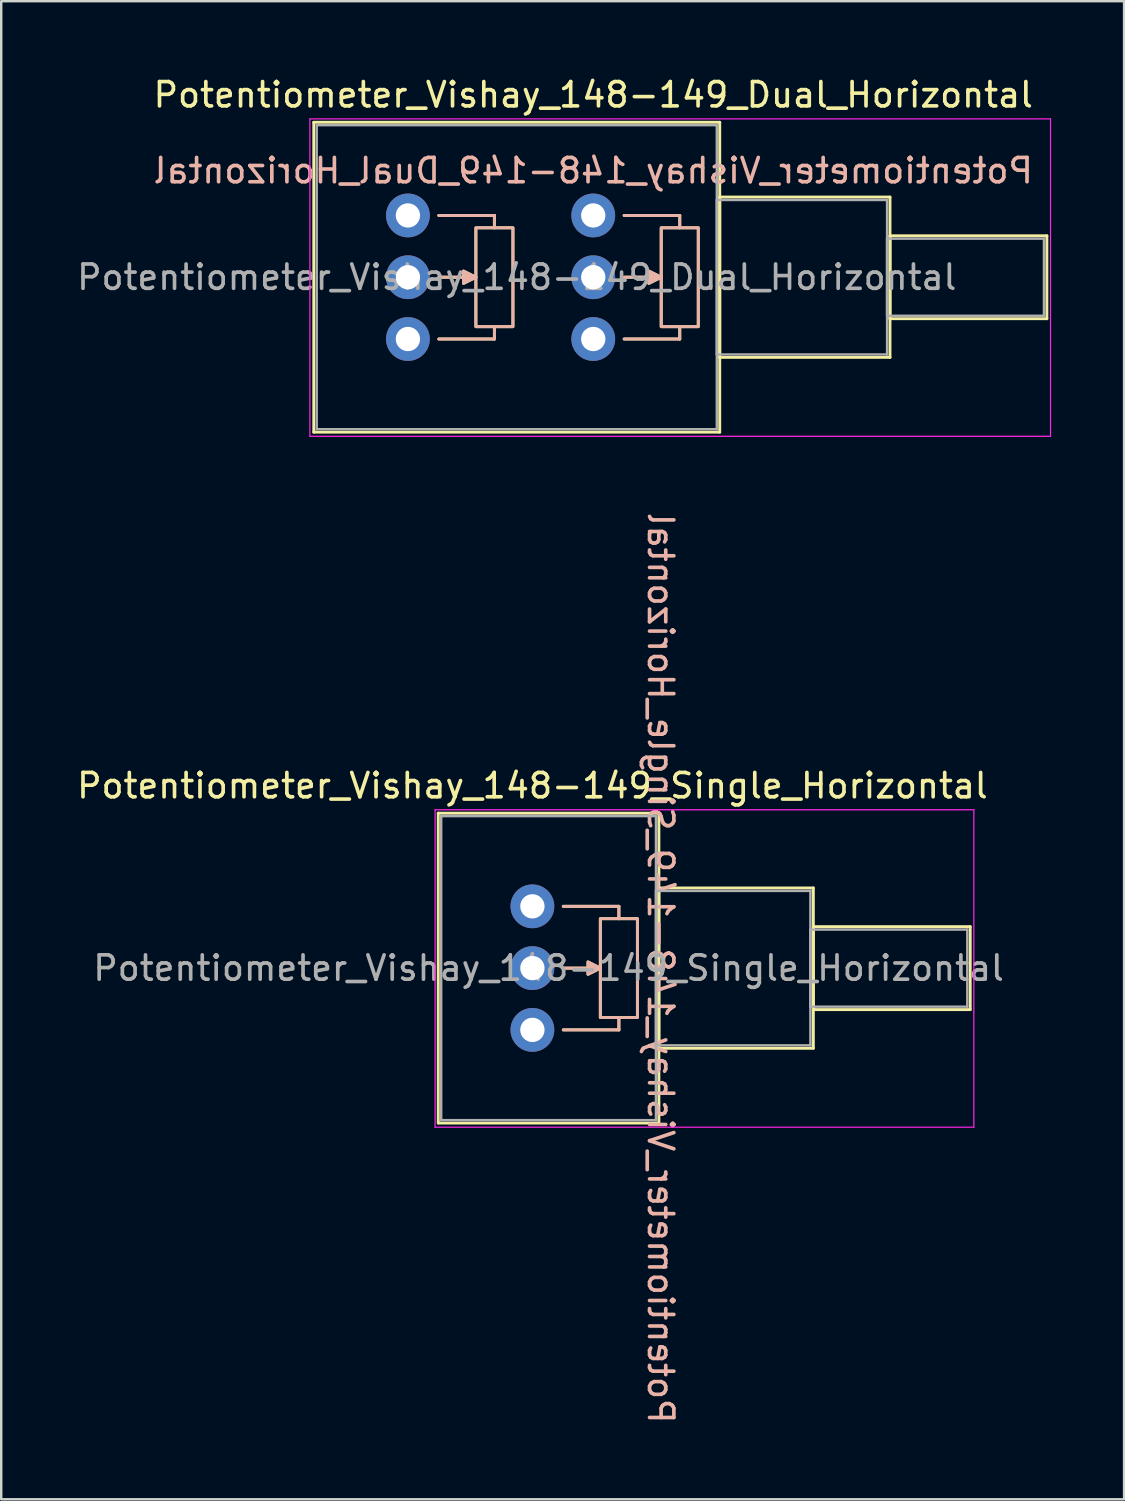
<source format=kicad_pcb>
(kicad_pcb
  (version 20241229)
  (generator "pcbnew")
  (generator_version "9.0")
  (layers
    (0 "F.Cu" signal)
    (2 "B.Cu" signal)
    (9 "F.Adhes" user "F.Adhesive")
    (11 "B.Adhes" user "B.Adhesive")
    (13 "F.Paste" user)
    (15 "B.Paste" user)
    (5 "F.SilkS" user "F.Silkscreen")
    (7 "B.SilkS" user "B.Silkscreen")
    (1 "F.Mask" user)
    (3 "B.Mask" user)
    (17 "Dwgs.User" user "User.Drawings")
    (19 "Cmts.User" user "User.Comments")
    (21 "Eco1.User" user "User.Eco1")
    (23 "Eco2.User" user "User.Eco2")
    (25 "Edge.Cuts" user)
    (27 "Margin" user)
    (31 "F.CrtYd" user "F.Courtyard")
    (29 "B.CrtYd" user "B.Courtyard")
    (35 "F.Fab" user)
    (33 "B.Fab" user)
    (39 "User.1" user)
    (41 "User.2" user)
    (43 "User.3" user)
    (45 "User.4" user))
  (footprint "Potentiometer_Vishay_148-149_Dual_Horizontal"
    (layer "F.Cu")
    (at 21.341 10.888)
    (property "Reference" "Potentiometer_Vishay_148-149_Dual_Horizontal" (at 0 -10.04 0) (layer "F.SilkS") (effects (font (size 1 1) (thickness 0.15))))
    (attr through_hole)
    (fp_line (start -11.49 -8.91) (end -11.49 3.83) (stroke (width 0.12) (type solid)) (layer "F.SilkS"))
    (fp_line (start -11.49 -8.91) (end 5.2 -8.91) (stroke (width 0.12) (type solid)) (layer "F.SilkS"))
    (fp_line (start -11.49 3.83) (end 5.2 3.83) (stroke (width 0.12) (type solid)) (layer "F.SilkS"))
    (fp_line (start -6.35 -5.08) (end -4.064 -5.08) (stroke (width 0.12) (type solid)) (layer "F.SilkS"))
    (fp_line (start -6.35 0) (end -4.064 0) (stroke (width 0.12) (type solid)) (layer "F.SilkS"))
    (fp_line (start -4.826 -2.54) (end -6.35 -2.54) (stroke (width 0.12) (type solid)) (layer "F.SilkS"))
    (fp_line (start -4.064 -5.08) (end -4.064 -4.572) (stroke (width 0.12) (type solid)) (layer "F.SilkS"))
    (fp_line (start -4.064 0) (end -4.064 -0.508) (stroke (width 0.12) (type solid)) (layer "F.SilkS"))
    (fp_line (start 1.27 -5.08) (end 3.556 -5.08) (stroke (width 0.12) (type solid)) (layer "F.SilkS"))
    (fp_line (start 1.27 0) (end 3.556 0) (stroke (width 0.12) (type solid)) (layer "F.SilkS"))
    (fp_line (start 2.794 -2.54) (end 1.27 -2.54) (stroke (width 0.12) (type solid)) (layer "F.SilkS"))
    (fp_line (start 3.556 -5.08) (end 3.556 -4.572) (stroke (width 0.12) (type solid)) (layer "F.SilkS"))
    (fp_line (start 3.556 0) (end 3.556 -0.508) (stroke (width 0.12) (type solid)) (layer "F.SilkS"))
    (fp_line (start 5.2 -8.91) (end 5.2 3.83) (stroke (width 0.12) (type solid)) (layer "F.SilkS"))
    (fp_line (start 5.2 -5.835) (end 5.2 0.755) (stroke (width 0.12) (type solid)) (layer "F.SilkS"))
    (fp_line (start 5.2 -5.835) (end 12.2 -5.835) (stroke (width 0.12) (type solid)) (layer "F.SilkS"))
    (fp_line (start 5.2 0.755) (end 12.2 0.755) (stroke (width 0.12) (type solid)) (layer "F.SilkS"))
    (fp_line (start 12.2 -5.835) (end 12.2 0.755) (stroke (width 0.12) (type solid)) (layer "F.SilkS"))
    (fp_line (start 12.2 -4.244) (end 12.2 -0.835) (stroke (width 0.12) (type solid)) (layer "F.SilkS"))
    (fp_line (start 12.2 -4.244) (end 18.65 -4.244) (stroke (width 0.12) (type solid)) (layer "F.SilkS"))
    (fp_line (start 12.2 -0.835) (end 18.65 -0.835) (stroke (width 0.12) (type solid)) (layer "F.SilkS"))
    (fp_line (start 18.65 -4.244) (end 18.65 -0.835) (stroke (width 0.12) (type solid)) (layer "F.SilkS"))
    (fp_rect (start -4.826 -4.572) (end -3.302 -0.508) (stroke (width 0.12) (type solid)) (fill no) (layer "F.SilkS"))
    (fp_rect (start 2.794 -4.572) (end 4.318 -0.508) (stroke (width 0.12) (type solid)) (fill no) (layer "F.SilkS"))
    (fp_poly (pts (xy -4.826 -2.54) (xy -5.334 -2.286) (xy -5.334 -2.794)) (stroke (width 0.12) (type solid)) (fill yes) (layer "F.SilkS"))
    (fp_poly (pts (xy 2.794 -2.54) (xy 2.286 -2.286) (xy 2.286 -2.794)) (stroke (width 0.12) (type solid)) (fill yes) (layer "F.SilkS"))
    (fp_line (start -6.35 -5.08) (end -4.064 -5.08) (stroke (width 0.12) (type solid)) (layer "B.SilkS"))
    (fp_line (start -6.35 -2.54) (end -4.826 -2.54) (stroke (width 0.12) (type solid)) (layer "B.SilkS"))
    (fp_line (start -6.35 0) (end -4.064 0) (stroke (width 0.12) (type solid)) (layer "B.SilkS"))
    (fp_line (start -4.064 -5.08) (end -4.064 -4.572) (stroke (width 0.12) (type solid)) (layer "B.SilkS"))
    (fp_line (start -4.064 0) (end -4.064 -0.508) (stroke (width 0.12) (type solid)) (layer "B.SilkS"))
    (fp_line (start 1.27 -5.08) (end 3.556 -5.08) (stroke (width 0.12) (type solid)) (layer "B.SilkS"))
    (fp_line (start 1.27 -2.54) (end 2.794 -2.54) (stroke (width 0.12) (type solid)) (layer "B.SilkS"))
    (fp_line (start 1.27 0) (end 3.556 0) (stroke (width 0.12) (type solid)) (layer "B.SilkS"))
    (fp_line (start 3.556 -5.08) (end 3.556 -4.572) (stroke (width 0.12) (type solid)) (layer "B.SilkS"))
    (fp_line (start 3.556 0) (end 3.556 -0.508) (stroke (width 0.12) (type solid)) (layer "B.SilkS"))
    (fp_rect (start -4.826 -4.572) (end -3.302 -0.508) (stroke (width 0.12) (type solid)) (fill no) (layer "B.SilkS"))
    (fp_rect (start 2.794 -4.572) (end 4.318 -0.508) (stroke (width 0.12) (type solid)) (fill no) (layer "B.SilkS"))
    (fp_poly (pts (xy -4.826 -2.54) (xy -5.334 -2.286) (xy -5.334 -2.794)) (stroke (width 0.12) (type solid)) (fill yes) (layer "B.SilkS"))
    (fp_poly (pts (xy 2.794 -2.54) (xy 2.286 -2.286) (xy 2.286 -2.794)) (stroke (width 0.12) (type solid)) (fill yes) (layer "B.SilkS"))
    (fp_line (start -11.65 -9.05) (end -11.65 4) (stroke (width 0.05) (type solid)) (layer "F.CrtYd"))
    (fp_line (start -11.65 4) (end 18.8 4) (stroke (width 0.05) (type solid)) (layer "F.CrtYd"))
    (fp_line (start 18.8 -9.05) (end -11.65 -9.05) (stroke (width 0.05) (type solid)) (layer "F.CrtYd"))
    (fp_line (start 18.8 4) (end 18.8 -9.05) (stroke (width 0.05) (type solid)) (layer "F.CrtYd"))
    (fp_line (start -11.37 -8.79) (end -11.37 3.71) (stroke (width 0.1) (type solid)) (layer "F.Fab"))
    (fp_line (start -11.37 3.71) (end 5.08 3.71) (stroke (width 0.1) (type solid)) (layer "F.Fab"))
    (fp_line (start 5.08 -8.79) (end -11.37 -8.79) (stroke (width 0.1) (type solid)) (layer "F.Fab"))
    (fp_line (start 5.08 -5.715) (end 5.08 0.635) (stroke (width 0.1) (type solid)) (layer "F.Fab"))
    (fp_line (start 5.08 0.635) (end 12.08 0.635) (stroke (width 0.1) (type solid)) (layer "F.Fab"))
    (fp_line (start 5.08 3.71) (end 5.08 -8.79) (stroke (width 0.1) (type solid)) (layer "F.Fab"))
    (fp_line (start 12.08 -5.715) (end 5.08 -5.715) (stroke (width 0.1) (type solid)) (layer "F.Fab"))
    (fp_line (start 12.08 -4.125) (end 12.08 -0.955) (stroke (width 0.1) (type solid)) (layer "F.Fab"))
    (fp_line (start 12.08 -0.955) (end 18.53 -0.955) (stroke (width 0.1) (type solid)) (layer "F.Fab"))
    (fp_line (start 12.08 0.635) (end 12.08 -5.715) (stroke (width 0.1) (type solid)) (layer "F.Fab"))
    (fp_line (start 18.53 -4.125) (end 12.08 -4.125) (stroke (width 0.1) (type solid)) (layer "F.Fab"))
    (fp_line (start 18.53 -0.955) (end 18.53 -4.125) (stroke (width 0.1) (type solid)) (layer "F.Fab"))
    (fp_text user "${REFERENCE}" (at 0 -6.921 0) (unlocked yes) (layer "B.SilkS") (effects (font (size 1 1) (thickness 0.15)) (justify mirror)))
    (fp_text user "${REFERENCE}" (at -3.145 -2.54 0) (layer "F.Fab") (effects (font (size 1 1) (thickness 0.15))))
    (pad "1" thru_hole circle (at 0 0) (size 1.8 1.8) (drill 1) (layers "*.Cu" "*.Mask"))
    (pad "2" thru_hole circle (at 0 -2.54) (size 1.8 1.8) (drill 1) (layers "*.Cu" "*.Mask"))
    (pad "3" thru_hole circle (at 0 -5.08) (size 1.8 1.8) (drill 1) (layers "*.Cu" "*.Mask"))
    (pad "4" thru_hole circle (at -7.62 0) (size 1.8 1.8) (drill 1) (layers "*.Cu" "*.Mask"))
    (pad "5" thru_hole circle (at -7.62 -2.54) (size 1.8 1.8) (drill 1) (layers "*.Cu" "*.Mask"))
    (pad "6" thru_hole circle (at -7.62 -5.08) (size 1.8 1.8) (drill 1) (layers "*.Cu" "*.Mask")))
  (footprint "Potentiometer_Vishay_148-149_Single_Horizontal"
    (layer "F.Cu")
    (at 18.839 39.293)
    (property "Reference" "Potentiometer_Vishay_148-149_Single_Horizontal" (at 0 -10.04 0) (layer "F.SilkS") (effects (font (size 1 1) (thickness 0.15))))
    (attr through_hole)
    (fp_line (start -3.87 -8.91) (end -3.87 3.83) (stroke (width 0.12) (type solid)) (layer "F.SilkS"))
    (fp_line (start -3.87 -8.91) (end 5.2 -8.91) (stroke (width 0.12) (type solid)) (layer "F.SilkS"))
    (fp_line (start -3.87 3.83) (end 5.2 3.83) (stroke (width 0.12) (type solid)) (layer "F.SilkS"))
    (fp_line (start 1.27 -5.08) (end 3.556 -5.08) (stroke (width 0.12) (type solid)) (layer "F.SilkS"))
    (fp_line (start 1.27 0) (end 3.556 0) (stroke (width 0.12) (type solid)) (layer "F.SilkS"))
    (fp_line (start 2.794 -2.54) (end 1.27 -2.54) (stroke (width 0.12) (type solid)) (layer "F.SilkS"))
    (fp_line (start 3.556 -5.08) (end 3.556 -4.572) (stroke (width 0.12) (type solid)) (layer "F.SilkS"))
    (fp_line (start 3.556 0) (end 3.556 -0.508) (stroke (width 0.12) (type solid)) (layer "F.SilkS"))
    (fp_line (start 5.2 -8.91) (end 5.2 3.83) (stroke (width 0.12) (type solid)) (layer "F.SilkS"))
    (fp_line (start 5.2 -5.835) (end 5.2 0.755) (stroke (width 0.12) (type solid)) (layer "F.SilkS"))
    (fp_line (start 5.2 -5.835) (end 11.55 -5.835) (stroke (width 0.12) (type solid)) (layer "F.SilkS"))
    (fp_line (start 5.2 0.755) (end 11.55 0.755) (stroke (width 0.12) (type solid)) (layer "F.SilkS"))
    (fp_line (start 11.55 -5.835) (end 11.55 0.755) (stroke (width 0.12) (type solid)) (layer "F.SilkS"))
    (fp_line (start 11.55 -4.244) (end 11.55 -0.835) (stroke (width 0.12) (type solid)) (layer "F.SilkS"))
    (fp_line (start 11.55 -4.244) (end 18 -4.244) (stroke (width 0.12) (type solid)) (layer "F.SilkS"))
    (fp_line (start 11.55 -0.835) (end 18 -0.835) (stroke (width 0.12) (type solid)) (layer "F.SilkS"))
    (fp_line (start 18 -4.244) (end 18 -0.835) (stroke (width 0.12) (type solid)) (layer "F.SilkS"))
    (fp_rect (start 2.794 -4.572) (end 4.318 -0.508) (stroke (width 0.12) (type solid)) (fill no) (layer "F.SilkS"))
    (fp_poly (pts (xy 2.794 -2.54) (xy 2.286 -2.286) (xy 2.286 -2.794)) (stroke (width 0.12) (type solid)) (fill yes) (layer "F.SilkS"))
    (fp_line (start 1.27 -5.08) (end 3.556 -5.08) (stroke (width 0.12) (type solid)) (layer "B.SilkS"))
    (fp_line (start 1.27 -2.54) (end 2.794 -2.54) (stroke (width 0.12) (type solid)) (layer "B.SilkS"))
    (fp_line (start 1.27 0) (end 3.556 0) (stroke (width 0.12) (type solid)) (layer "B.SilkS"))
    (fp_line (start 3.556 -5.08) (end 3.556 -4.572) (stroke (width 0.12) (type solid)) (layer "B.SilkS"))
    (fp_line (start 3.556 0) (end 3.556 -0.508) (stroke (width 0.12) (type solid)) (layer "B.SilkS"))
    (fp_rect (start 2.794 -4.572) (end 4.318 -0.508) (stroke (width 0.12) (type solid)) (fill no) (layer "B.SilkS"))
    (fp_poly (pts (xy 2.794 -2.54) (xy 2.286 -2.286) (xy 2.286 -2.794)) (stroke (width 0.12) (type solid)) (fill yes) (layer "B.SilkS"))
    (fp_line (start -4 -9.05) (end -4 4) (stroke (width 0.05) (type solid)) (layer "F.CrtYd"))
    (fp_line (start -4 4) (end 18.15 4) (stroke (width 0.05) (type solid)) (layer "F.CrtYd"))
    (fp_line (start 18.15 -9.05) (end -4 -9.05) (stroke (width 0.05) (type solid)) (layer "F.CrtYd"))
    (fp_line (start 18.15 4) (end 18.15 -9.05) (stroke (width 0.05) (type solid)) (layer "F.CrtYd"))
    (fp_line (start -3.75 -8.79) (end -3.75 3.71) (stroke (width 0.1) (type solid)) (layer "F.Fab"))
    (fp_line (start -3.75 3.71) (end 5.08 3.71) (stroke (width 0.1) (type solid)) (layer "F.Fab"))
    (fp_line (start 5.08 -8.79) (end -3.75 -8.79) (stroke (width 0.1) (type solid)) (layer "F.Fab"))
    (fp_line (start 5.08 -5.715) (end 5.08 0.635) (stroke (width 0.1) (type solid)) (layer "F.Fab"))
    (fp_line (start 5.08 0.635) (end 11.43 0.635) (stroke (width 0.1) (type solid)) (layer "F.Fab"))
    (fp_line (start 5.08 3.71) (end 5.08 -8.79) (stroke (width 0.1) (type solid)) (layer "F.Fab"))
    (fp_line (start 11.43 -5.715) (end 5.08 -5.715) (stroke (width 0.1) (type solid)) (layer "F.Fab"))
    (fp_line (start 11.43 -4.125) (end 11.43 -0.955) (stroke (width 0.1) (type solid)) (layer "F.Fab"))
    (fp_line (start 11.43 -0.955) (end 17.88 -0.955) (stroke (width 0.1) (type solid)) (layer "F.Fab"))
    (fp_line (start 11.43 0.635) (end 11.43 -5.715) (stroke (width 0.1) (type solid)) (layer "F.Fab"))
    (fp_line (start 17.88 -4.125) (end 11.43 -4.125) (stroke (width 0.1) (type solid)) (layer "F.Fab"))
    (fp_line (start 17.88 -0.955) (end 17.88 -4.125) (stroke (width 0.1) (type solid)) (layer "F.Fab"))
    (fp_text user "${REFERENCE}" (at 5.271 -2.54 270) (unlocked yes) (layer "B.SilkS") (effects (font (size 1 1) (thickness 0.15)) (justify mirror)))
    (fp_text user "${REFERENCE}" (at 0.665 -2.54 0) (layer "F.Fab") (effects (font (size 1 1) (thickness 0.15))))
    (pad "1" thru_hole circle (at 0 0) (size 1.8 1.8) (drill 1) (layers "*.Cu" "*.Mask"))
    (pad "2" thru_hole circle (at 0 -2.54) (size 1.8 1.8) (drill 1) (layers "*.Cu" "*.Mask"))
    (pad "3" thru_hole circle (at 0 -5.08) (size 1.8 1.8) (drill 1) (layers "*.Cu" "*.Mask")))
  (gr_rect
    (start -3 -3)
    (end 43.166 58.592)
    (stroke (width 0.1) (type default))
    (fill no)
    (layer "Edge.Cuts")))
</source>
